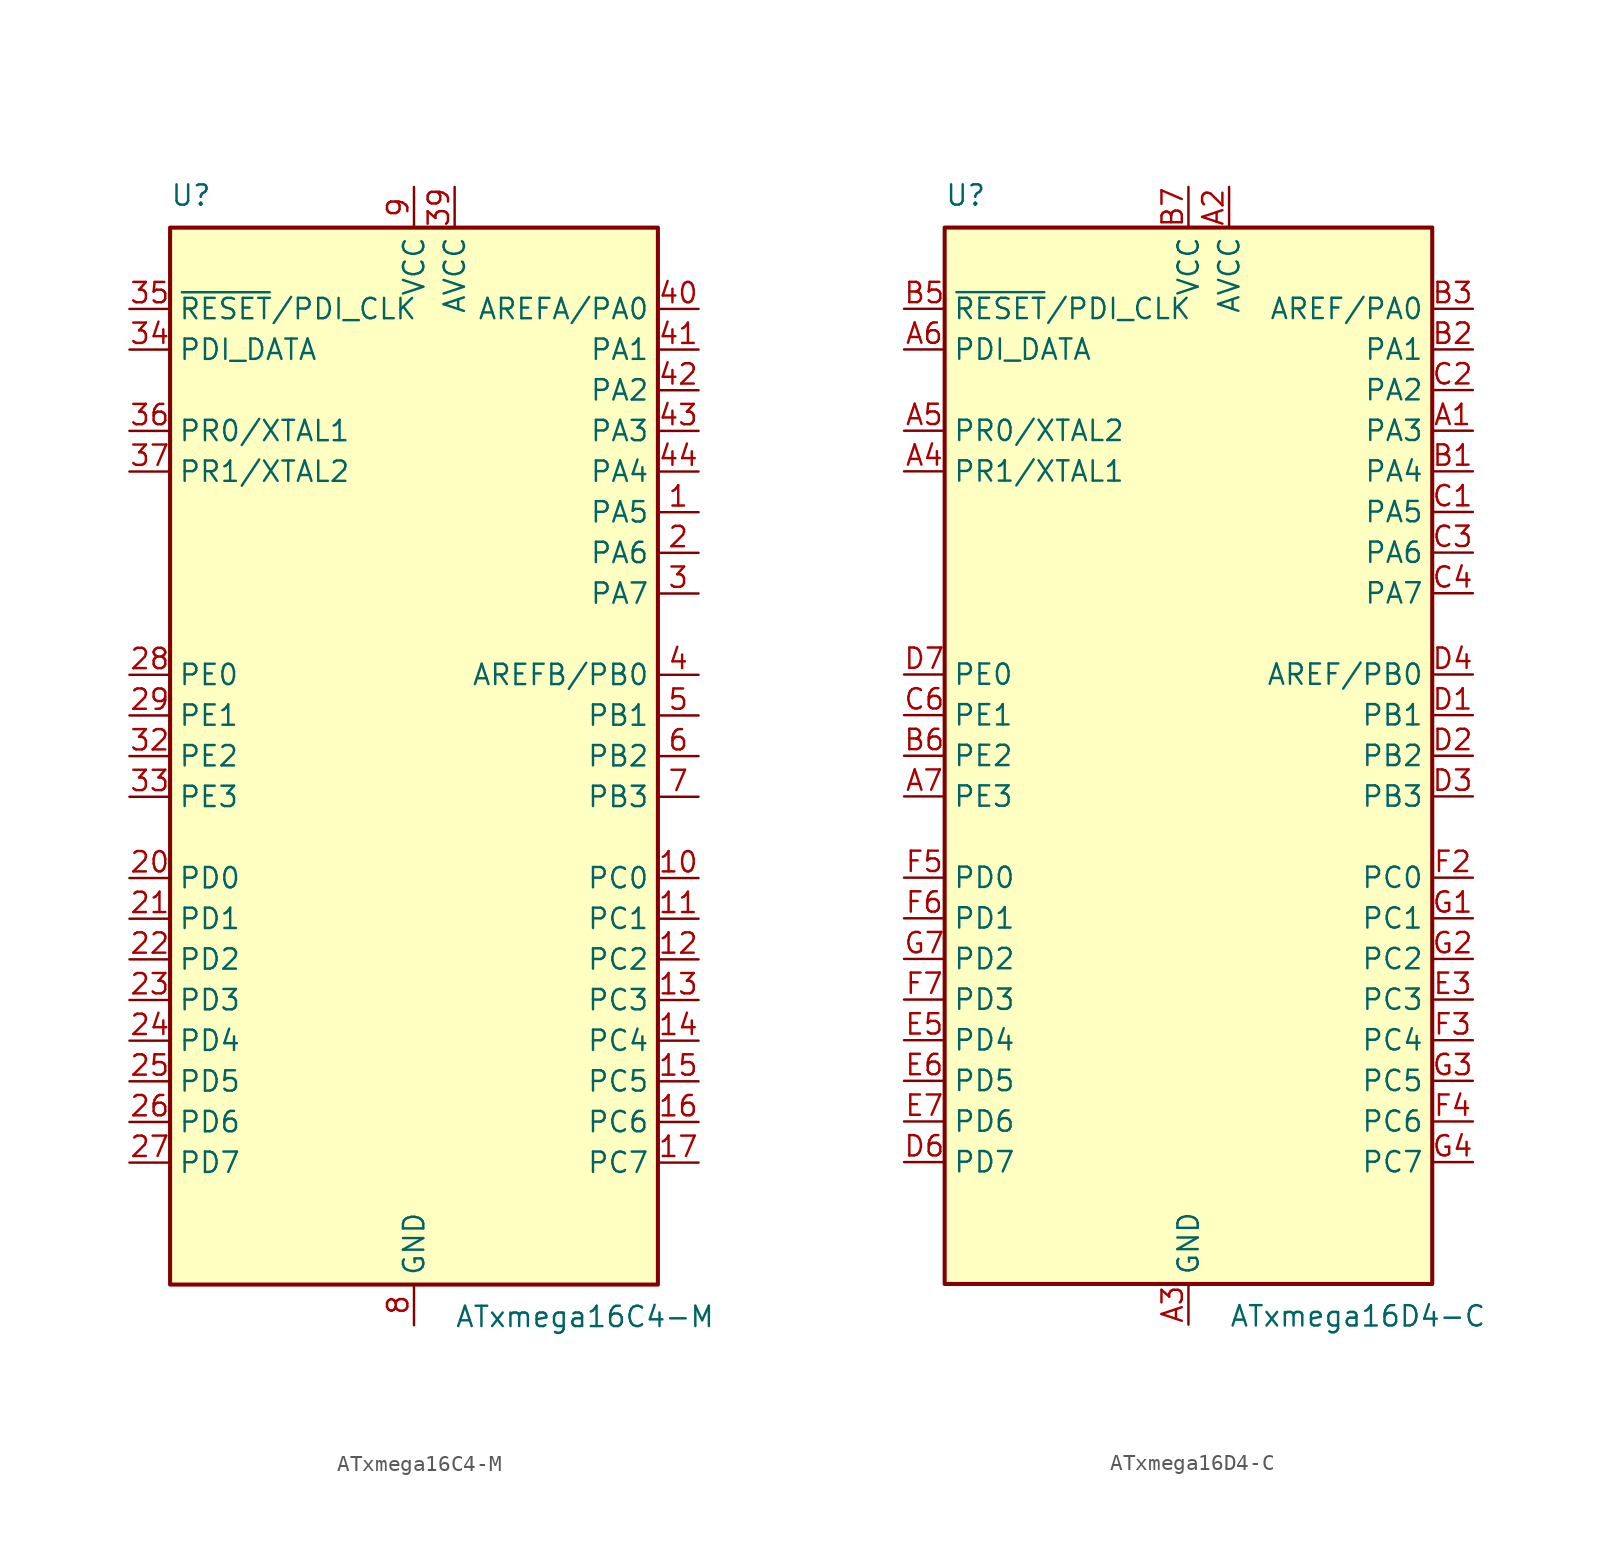
<source format=kicad_sym>
(kicad_symbol_lib
  (version 20211014)
  (generator kicad_symbol_editor)
  (symbol "ATxmega16C4-M"
    (property "Reference" "U"
      (at -15.24 34.29 0)
      (effects (font (size 1.27 1.27)) (justify left bottom)))
    (property "Value" "ATxmega16C4-M"
      (at 2.54 -34.29 0)
      (effects (font (size 1.27 1.27)) (justify left top)))
    (symbol "ATxmega16C4-M_0_1"
      (rectangle (start -15.24 -33.02) (end 15.24 33.02) (stroke (width 0.254) (type default) (color 0 0 0 0)) (fill (type background))))
    (symbol "ATxmega16C4-M_1_1"
      (pin bidirectional line (at 17.78 15.24 180) (length 2.54) (name "PA5" (effects (font (size 1.27 1.27)))) (number "1" (effects (font (size 1.27 1.27)))))
      (pin bidirectional line (at 17.78 -7.62 180) (length 2.54) (name "PC0" (effects (font (size 1.27 1.27)))) (number "10" (effects (font (size 1.27 1.27)))))
      (pin bidirectional line (at 17.78 -10.16 180) (length 2.54) (name "PC1" (effects (font (size 1.27 1.27)))) (number "11" (effects (font (size 1.27 1.27)))))
      (pin bidirectional line (at 17.78 -12.7 180) (length 2.54) (name "PC2" (effects (font (size 1.27 1.27)))) (number "12" (effects (font (size 1.27 1.27)))))
      (pin bidirectional line (at 17.78 -15.24 180) (length 2.54) (name "PC3" (effects (font (size 1.27 1.27)))) (number "13" (effects (font (size 1.27 1.27)))))
      (pin bidirectional line (at 17.78 -17.78 180) (length 2.54) (name "PC4" (effects (font (size 1.27 1.27)))) (number "14" (effects (font (size 1.27 1.27)))))
      (pin bidirectional line (at 17.78 -20.32 180) (length 2.54) (name "PC5" (effects (font (size 1.27 1.27)))) (number "15" (effects (font (size 1.27 1.27)))))
      (pin bidirectional line (at 17.78 -22.86 180) (length 2.54) (name "PC6" (effects (font (size 1.27 1.27)))) (number "16" (effects (font (size 1.27 1.27)))))
      (pin bidirectional line (at 17.78 -25.4 180) (length 2.54) (name "PC7" (effects (font (size 1.27 1.27)))) (number "17" (effects (font (size 1.27 1.27)))))
      (pin passive line (at 0 -35.56 90) (length 2.54) hide (name "GND" (effects (font (size 1.27 1.27)))) (number "18" (effects (font (size 1.27 1.27)))))
      (pin passive line (at 0 35.56 270) (length 2.54) hide (name "VCC" (effects (font (size 1.27 1.27)))) (number "19" (effects (font (size 1.27 1.27)))))
      (pin bidirectional line (at 17.78 12.7 180) (length 2.54) (name "PA6" (effects (font (size 1.27 1.27)))) (number "2" (effects (font (size 1.27 1.27)))))
      (pin bidirectional line (at -17.78 -7.62 0) (length 2.54) (name "PD0" (effects (font (size 1.27 1.27)))) (number "20" (effects (font (size 1.27 1.27)))))
      (pin bidirectional line (at -17.78 -10.16 0) (length 2.54) (name "PD1" (effects (font (size 1.27 1.27)))) (number "21" (effects (font (size 1.27 1.27)))))
      (pin bidirectional line (at -17.78 -12.7 0) (length 2.54) (name "PD2" (effects (font (size 1.27 1.27)))) (number "22" (effects (font (size 1.27 1.27)))))
      (pin bidirectional line (at -17.78 -15.24 0) (length 2.54) (name "PD3" (effects (font (size 1.27 1.27)))) (number "23" (effects (font (size 1.27 1.27)))))
      (pin bidirectional line (at -17.78 -17.78 0) (length 2.54) (name "PD4" (effects (font (size 1.27 1.27)))) (number "24" (effects (font (size 1.27 1.27)))))
      (pin bidirectional line (at -17.78 -20.32 0) (length 2.54) (name "PD5" (effects (font (size 1.27 1.27)))) (number "25" (effects (font (size 1.27 1.27)))))
      (pin bidirectional line (at -17.78 -22.86 0) (length 2.54) (name "PD6" (effects (font (size 1.27 1.27)))) (number "26" (effects (font (size 1.27 1.27)))))
      (pin bidirectional line (at -17.78 -25.4 0) (length 2.54) (name "PD7" (effects (font (size 1.27 1.27)))) (number "27" (effects (font (size 1.27 1.27)))))
      (pin bidirectional line (at -17.78 5.08 0) (length 2.54) (name "PE0" (effects (font (size 1.27 1.27)))) (number "28" (effects (font (size 1.27 1.27)))))
      (pin bidirectional line (at -17.78 2.54 0) (length 2.54) (name "PE1" (effects (font (size 1.27 1.27)))) (number "29" (effects (font (size 1.27 1.27)))))
      (pin bidirectional line (at 17.78 10.16 180) (length 2.54) (name "PA7" (effects (font (size 1.27 1.27)))) (number "3" (effects (font (size 1.27 1.27)))))
      (pin passive line (at 0 -35.56 90) (length 2.54) hide (name "GND" (effects (font (size 1.27 1.27)))) (number "30" (effects (font (size 1.27 1.27)))))
      (pin passive line (at 0 35.56 270) (length 2.54) hide (name "VCC" (effects (font (size 1.27 1.27)))) (number "31" (effects (font (size 1.27 1.27)))))
      (pin bidirectional line (at -17.78 0 0) (length 2.54) (name "PE2" (effects (font (size 1.27 1.27)))) (number "32" (effects (font (size 1.27 1.27)))))
      (pin bidirectional line (at -17.78 -2.54 0) (length 2.54) (name "PE3" (effects (font (size 1.27 1.27)))) (number "33" (effects (font (size 1.27 1.27)))))
      (pin bidirectional line (at -17.78 25.4 0) (length 2.54) (name "PDI_DATA" (effects (font (size 1.27 1.27)))) (number "34" (effects (font (size 1.27 1.27)))))
      (pin input line (at -17.78 27.94 0) (length 2.54) (name "~{RESET}/PDI_CLK" (effects (font (size 1.27 1.27)))) (number "35" (effects (font (size 1.27 1.27)))))
      (pin bidirectional line (at -17.78 20.32 0) (length 2.54) (name "PR0/XTAL1" (effects (font (size 1.27 1.27)))) (number "36" (effects (font (size 1.27 1.27)))))
      (pin bidirectional line (at -17.78 17.78 0) (length 2.54) (name "PR1/XTAL2" (effects (font (size 1.27 1.27)))) (number "37" (effects (font (size 1.27 1.27)))))
      (pin passive line (at 0 -35.56 90) (length 2.54) hide (name "GND" (effects (font (size 1.27 1.27)))) (number "38" (effects (font (size 1.27 1.27)))))
      (pin power_in line (at 2.54 35.56 270) (length 2.54) (name "AVCC" (effects (font (size 1.27 1.27)))) (number "39" (effects (font (size 1.27 1.27)))))
      (pin bidirectional line (at 17.78 5.08 180) (length 2.54) (name "AREFB/PB0" (effects (font (size 1.27 1.27)))) (number "4" (effects (font (size 1.27 1.27)))))
      (pin bidirectional line (at 17.78 27.94 180) (length 2.54) (name "AREFA/PA0" (effects (font (size 1.27 1.27)))) (number "40" (effects (font (size 1.27 1.27)))))
      (pin bidirectional line (at 17.78 25.4 180) (length 2.54) (name "PA1" (effects (font (size 1.27 1.27)))) (number "41" (effects (font (size 1.27 1.27)))))
      (pin bidirectional line (at 17.78 22.86 180) (length 2.54) (name "PA2" (effects (font (size 1.27 1.27)))) (number "42" (effects (font (size 1.27 1.27)))))
      (pin bidirectional line (at 17.78 20.32 180) (length 2.54) (name "PA3" (effects (font (size 1.27 1.27)))) (number "43" (effects (font (size 1.27 1.27)))))
      (pin bidirectional line (at 17.78 17.78 180) (length 2.54) (name "PA4" (effects (font (size 1.27 1.27)))) (number "44" (effects (font (size 1.27 1.27)))))
      (pin passive line (at 0 -35.56 90) (length 2.54) hide (name "GND" (effects (font (size 1.27 1.27)))) (number "45" (effects (font (size 1.27 1.27)))))
      (pin bidirectional line (at 17.78 2.54 180) (length 2.54) (name "PB1" (effects (font (size 1.27 1.27)))) (number "5" (effects (font (size 1.27 1.27)))))
      (pin bidirectional line (at 17.78 0 180) (length 2.54) (name "PB2" (effects (font (size 1.27 1.27)))) (number "6" (effects (font (size 1.27 1.27)))))
      (pin bidirectional line (at 17.78 -2.54 180) (length 2.54) (name "PB3" (effects (font (size 1.27 1.27)))) (number "7" (effects (font (size 1.27 1.27)))))
      (pin power_in line (at 0 -35.56 90) (length 2.54) (name "GND" (effects (font (size 1.27 1.27)))) (number "8" (effects (font (size 1.27 1.27)))))
      (pin power_in line (at 0 35.56 270) (length 2.54) (name "VCC" (effects (font (size 1.27 1.27)))) (number "9" (effects (font (size 1.27 1.27)))))))
  (symbol "ATxmega16D4-C"
    (property "Reference" "U"
      (at -15.24 34.29 0)
      (effects (font (size 1.27 1.27)) (justify left bottom)))
    (property "Value" "ATxmega16D4-C"
      (at 2.54 -34.29 0)
      (effects (font (size 1.27 1.27)) (justify left top)))
    (symbol "ATxmega16D4-C_0_1"
      (rectangle (start -15.24 -33.02) (end 15.24 33.02) (stroke (width 0.254) (type default) (color 0 0 0 0)) (fill (type background))))
    (symbol "ATxmega16D4-C_1_1"
      (pin bidirectional line (at 17.78 20.32 180) (length 2.54) (name "PA3" (effects (font (size 1.27 1.27)))) (number "A1" (effects (font (size 1.27 1.27)))))
      (pin power_in line (at 2.54 35.56 270) (length 2.54) (name "AVCC" (effects (font (size 1.27 1.27)))) (number "A2" (effects (font (size 1.27 1.27)))))
      (pin power_in line (at 0 -35.56 90) (length 2.54) (name "GND" (effects (font (size 1.27 1.27)))) (number "A3" (effects (font (size 1.27 1.27)))))
      (pin bidirectional line (at -17.78 17.78 0) (length 2.54) (name "PR1/XTAL1" (effects (font (size 1.27 1.27)))) (number "A4" (effects (font (size 1.27 1.27)))))
      (pin bidirectional line (at -17.78 20.32 0) (length 2.54) (name "PR0/XTAL2" (effects (font (size 1.27 1.27)))) (number "A5" (effects (font (size 1.27 1.27)))))
      (pin bidirectional line (at -17.78 25.4 0) (length 2.54) (name "PDI_DATA" (effects (font (size 1.27 1.27)))) (number "A6" (effects (font (size 1.27 1.27)))))
      (pin bidirectional line (at -17.78 -2.54 0) (length 2.54) (name "PE3" (effects (font (size 1.27 1.27)))) (number "A7" (effects (font (size 1.27 1.27)))))
      (pin bidirectional line (at 17.78 17.78 180) (length 2.54) (name "PA4" (effects (font (size 1.27 1.27)))) (number "B1" (effects (font (size 1.27 1.27)))))
      (pin bidirectional line (at 17.78 25.4 180) (length 2.54) (name "PA1" (effects (font (size 1.27 1.27)))) (number "B2" (effects (font (size 1.27 1.27)))))
      (pin bidirectional line (at 17.78 27.94 180) (length 2.54) (name "AREF/PA0" (effects (font (size 1.27 1.27)))) (number "B3" (effects (font (size 1.27 1.27)))))
      (pin passive line (at 0 -35.56 90) (length 2.54) hide (name "GND" (effects (font (size 1.27 1.27)))) (number "B4" (effects (font (size 1.27 1.27)))))
      (pin input line (at -17.78 27.94 0) (length 2.54) (name "~{RESET}/PDI_CLK" (effects (font (size 1.27 1.27)))) (number "B5" (effects (font (size 1.27 1.27)))))
      (pin bidirectional line (at -17.78 0 0) (length 2.54) (name "PE2" (effects (font (size 1.27 1.27)))) (number "B6" (effects (font (size 1.27 1.27)))))
      (pin power_in line (at 0 35.56 270) (length 2.54) (name "VCC" (effects (font (size 1.27 1.27)))) (number "B7" (effects (font (size 1.27 1.27)))))
      (pin bidirectional line (at 17.78 15.24 180) (length 2.54) (name "PA5" (effects (font (size 1.27 1.27)))) (number "C1" (effects (font (size 1.27 1.27)))))
      (pin bidirectional line (at 17.78 22.86 180) (length 2.54) (name "PA2" (effects (font (size 1.27 1.27)))) (number "C2" (effects (font (size 1.27 1.27)))))
      (pin bidirectional line (at 17.78 12.7 180) (length 2.54) (name "PA6" (effects (font (size 1.27 1.27)))) (number "C3" (effects (font (size 1.27 1.27)))))
      (pin bidirectional line (at 17.78 10.16 180) (length 2.54) (name "PA7" (effects (font (size 1.27 1.27)))) (number "C4" (effects (font (size 1.27 1.27)))))
      (pin passive line (at 0 -35.56 90) (length 2.54) hide (name "GND" (effects (font (size 1.27 1.27)))) (number "C5" (effects (font (size 1.27 1.27)))))
      (pin bidirectional line (at -17.78 2.54 0) (length 2.54) (name "PE1" (effects (font (size 1.27 1.27)))) (number "C6" (effects (font (size 1.27 1.27)))))
      (pin passive line (at 0 -35.56 90) (length 2.54) hide (name "GND" (effects (font (size 1.27 1.27)))) (number "C7" (effects (font (size 1.27 1.27)))))
      (pin bidirectional line (at 17.78 2.54 180) (length 2.54) (name "PB1" (effects (font (size 1.27 1.27)))) (number "D1" (effects (font (size 1.27 1.27)))))
      (pin bidirectional line (at 17.78 0 180) (length 2.54) (name "PB2" (effects (font (size 1.27 1.27)))) (number "D2" (effects (font (size 1.27 1.27)))))
      (pin bidirectional line (at 17.78 -2.54 180) (length 2.54) (name "PB3" (effects (font (size 1.27 1.27)))) (number "D3" (effects (font (size 1.27 1.27)))))
      (pin bidirectional line (at 17.78 5.08 180) (length 2.54) (name "AREF/PB0" (effects (font (size 1.27 1.27)))) (number "D4" (effects (font (size 1.27 1.27)))))
      (pin passive line (at 0 -35.56 90) (length 2.54) hide (name "GND" (effects (font (size 1.27 1.27)))) (number "D5" (effects (font (size 1.27 1.27)))))
      (pin bidirectional line (at -17.78 -25.4 0) (length 2.54) (name "PD7" (effects (font (size 1.27 1.27)))) (number "D6" (effects (font (size 1.27 1.27)))))
      (pin bidirectional line (at -17.78 5.08 0) (length 2.54) (name "PE0" (effects (font (size 1.27 1.27)))) (number "D7" (effects (font (size 1.27 1.27)))))
      (pin passive line (at 0 -35.56 90) (length 2.54) hide (name "GND" (effects (font (size 1.27 1.27)))) (number "E1" (effects (font (size 1.27 1.27)))))
      (pin passive line (at 0 -35.56 90) (length 2.54) hide (name "GND" (effects (font (size 1.27 1.27)))) (number "E2" (effects (font (size 1.27 1.27)))))
      (pin bidirectional line (at 17.78 -15.24 180) (length 2.54) (name "PC3" (effects (font (size 1.27 1.27)))) (number "E3" (effects (font (size 1.27 1.27)))))
      (pin passive line (at 0 -35.56 90) (length 2.54) hide (name "GND" (effects (font (size 1.27 1.27)))) (number "E4" (effects (font (size 1.27 1.27)))))
      (pin bidirectional line (at -17.78 -17.78 0) (length 2.54) (name "PD4" (effects (font (size 1.27 1.27)))) (number "E5" (effects (font (size 1.27 1.27)))))
      (pin bidirectional line (at -17.78 -20.32 0) (length 2.54) (name "PD5" (effects (font (size 1.27 1.27)))) (number "E6" (effects (font (size 1.27 1.27)))))
      (pin bidirectional line (at -17.78 -22.86 0) (length 2.54) (name "PD6" (effects (font (size 1.27 1.27)))) (number "E7" (effects (font (size 1.27 1.27)))))
      (pin passive line (at 0 35.56 270) (length 2.54) hide (name "VCC" (effects (font (size 1.27 1.27)))) (number "F1" (effects (font (size 1.27 1.27)))))
      (pin bidirectional line (at 17.78 -7.62 180) (length 2.54) (name "PC0" (effects (font (size 1.27 1.27)))) (number "F2" (effects (font (size 1.27 1.27)))))
      (pin bidirectional line (at 17.78 -17.78 180) (length 2.54) (name "PC4" (effects (font (size 1.27 1.27)))) (number "F3" (effects (font (size 1.27 1.27)))))
      (pin bidirectional line (at 17.78 -22.86 180) (length 2.54) (name "PC6" (effects (font (size 1.27 1.27)))) (number "F4" (effects (font (size 1.27 1.27)))))
      (pin bidirectional line (at -17.78 -7.62 0) (length 2.54) (name "PD0" (effects (font (size 1.27 1.27)))) (number "F5" (effects (font (size 1.27 1.27)))))
      (pin bidirectional line (at -17.78 -10.16 0) (length 2.54) (name "PD1" (effects (font (size 1.27 1.27)))) (number "F6" (effects (font (size 1.27 1.27)))))
      (pin bidirectional line (at -17.78 -15.24 0) (length 2.54) (name "PD3" (effects (font (size 1.27 1.27)))) (number "F7" (effects (font (size 1.27 1.27)))))
      (pin bidirectional line (at 17.78 -10.16 180) (length 2.54) (name "PC1" (effects (font (size 1.27 1.27)))) (number "G1" (effects (font (size 1.27 1.27)))))
      (pin bidirectional line (at 17.78 -12.7 180) (length 2.54) (name "PC2" (effects (font (size 1.27 1.27)))) (number "G2" (effects (font (size 1.27 1.27)))))
      (pin bidirectional line (at 17.78 -20.32 180) (length 2.54) (name "PC5" (effects (font (size 1.27 1.27)))) (number "G3" (effects (font (size 1.27 1.27)))))
      (pin bidirectional line (at 17.78 -25.4 180) (length 2.54) (name "PC7" (effects (font (size 1.27 1.27)))) (number "G4" (effects (font (size 1.27 1.27)))))
      (pin passive line (at 0 -35.56 90) (length 2.54) hide (name "GND" (effects (font (size 1.27 1.27)))) (number "G5" (effects (font (size 1.27 1.27)))))
      (pin passive line (at 0 35.56 270) (length 2.54) hide (name "VCC" (effects (font (size 1.27 1.27)))) (number "G6" (effects (font (size 1.27 1.27)))))
      (pin bidirectional line (at -17.78 -12.7 0) (length 2.54) (name "PD2" (effects (font (size 1.27 1.27)))) (number "G7" (effects (font (size 1.27 1.27))))))))
</source>
